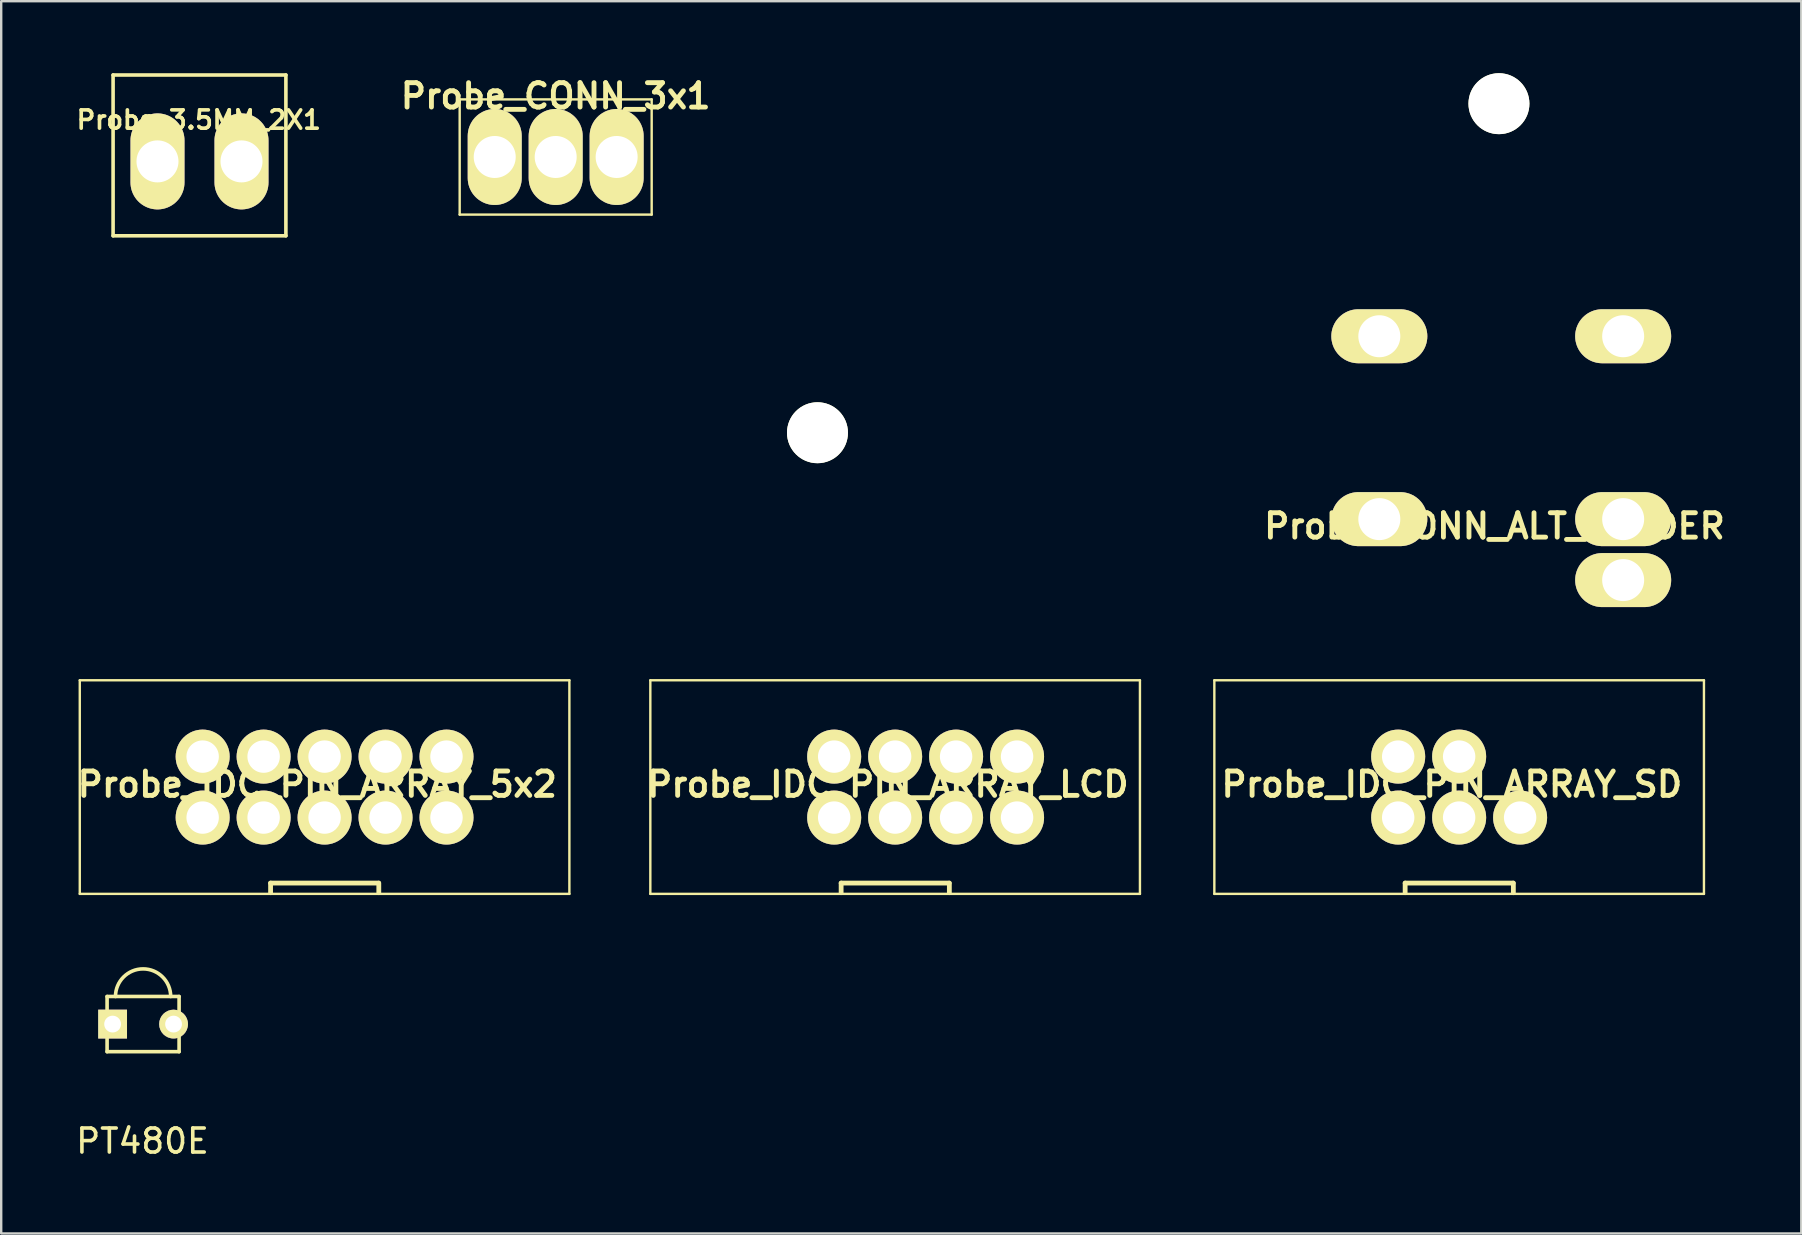
<source format=kicad_pcb>
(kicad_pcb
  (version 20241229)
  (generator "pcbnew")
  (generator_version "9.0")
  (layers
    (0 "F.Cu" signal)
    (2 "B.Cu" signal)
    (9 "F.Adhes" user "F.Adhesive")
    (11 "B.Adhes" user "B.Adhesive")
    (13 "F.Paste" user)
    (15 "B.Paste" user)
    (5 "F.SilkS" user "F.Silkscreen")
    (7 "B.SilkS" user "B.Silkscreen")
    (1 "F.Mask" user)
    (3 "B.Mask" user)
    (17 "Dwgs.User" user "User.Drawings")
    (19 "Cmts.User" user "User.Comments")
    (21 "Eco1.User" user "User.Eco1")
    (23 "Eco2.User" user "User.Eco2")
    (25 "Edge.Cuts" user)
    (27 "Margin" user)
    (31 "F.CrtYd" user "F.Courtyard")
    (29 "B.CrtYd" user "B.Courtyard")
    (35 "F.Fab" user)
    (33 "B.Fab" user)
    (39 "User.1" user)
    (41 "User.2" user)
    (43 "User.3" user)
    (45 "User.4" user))
  (footprint "Probe_CONN_3x1"
    (layer "F.Cu")
    (at 20.103 3.491)
    (property "Reference" "Probe_CONN_3x1" (at 0 -2.54 0) (layer "F.SilkS") (effects (font (size 1.016 1.016) (thickness 0.203))))
    (attr through_hole)
    (fp_line (start -4 -2.4) (end -4 2.4) (stroke (width 0.1) (type solid)) (layer "F.SilkS"))
    (fp_line (start 4 -2.4) (end -4 -2.4) (stroke (width 0.1) (type solid)) (layer "F.SilkS"))
    (fp_line (start 4 2.4) (end -4 2.4) (stroke (width 0.1) (type solid)) (layer "F.SilkS"))
    (fp_line (start 4 2.4) (end 4 -2.4) (stroke (width 0.1) (type solid)) (layer "F.SilkS"))
    (pad "1" thru_hole oval (at -2.54 0) (size 2.25 4) (drill 1.75) (layers "*.Cu" "*.Mask" "F.SilkS"))
    (pad "2" thru_hole oval (at 0 0) (size 2.25 4) (drill 1.75) (layers "*.Cu" "*.Mask" "F.SilkS"))
    (pad "3" thru_hole oval (at 2.54 0) (size 2.25 4) (drill 1.75) (layers "*.Cu" "*.Mask" "F.SilkS")))
  (footprint "Probe_IDC_PIN_ARRAY_LCD"
    (layer "F.Cu")
    (at 34.247 29.745)
    (property "Reference" "Probe_IDC_PIN_ARRAY_LCD" (at -0.305 -0.114 0) (layer "F.SilkS") (effects (font (size 1.016 1.016) (thickness 0.203))))
    (attr through_hole)
    (fp_line (start -10.2 -4.45) (end -10.2 4.45) (stroke (width 0.1) (type solid)) (layer "F.SilkS"))
    (fp_line (start -10.2 4.45) (end 10.2 4.45) (stroke (width 0.1) (type solid)) (layer "F.SilkS"))
    (fp_line (start -2.25 4) (end -2.25 4.4) (stroke (width 0.2) (type solid)) (layer "F.SilkS"))
    (fp_line (start -2.25 4) (end 2.25 4) (stroke (width 0.2) (type solid)) (layer "F.SilkS"))
    (fp_line (start 2.259 4) (end 2.259 4.4) (stroke (width 0.2) (type solid)) (layer "F.SilkS"))
    (fp_line (start 10.2 -4.45) (end -10.2 -4.45) (stroke (width 0.1) (type solid)) (layer "F.SilkS"))
    (fp_line (start 10.2 4.45) (end 10.2 -4.45) (stroke (width 0.1) (type solid)) (layer "F.SilkS"))
    (pad "3" thru_hole oval (at -2.54 1.27) (size 2.25 2.25) (drill 1.35) (layers "*.Cu" "*.Mask" "F.SilkS"))
    (pad "4" thru_hole oval (at -2.54 -1.27) (size 2.25 2.25) (drill 1.35) (layers "*.Cu" "*.Mask" "F.SilkS"))
    (pad "5" thru_hole oval (at 0 1.27) (size 2.25 2.25) (drill 1.35) (layers "*.Cu" "*.Mask" "F.SilkS"))
    (pad "6" thru_hole oval (at 0 -1.27) (size 2.25 2.25) (drill 1.35) (layers "*.Cu" "*.Mask" "F.SilkS"))
    (pad "7" thru_hole oval (at 2.54 1.27) (size 2.25 2.25) (drill 1.35) (layers "*.Cu" "*.Mask" "F.SilkS"))
    (pad "8" thru_hole oval (at 2.54 -1.27) (size 2.25 2.25) (drill 1.35) (layers "*.Cu" "*.Mask" "F.SilkS"))
    (pad "9" thru_hole oval (at 5.08 1.27) (size 2.25 2.25) (drill 1.35) (layers "*.Cu" "*.Mask" "F.SilkS"))
    (pad "10" thru_hole oval (at 5.08 -1.27) (size 2.25 2.25) (drill 1.35) (layers "*.Cu" "*.Mask" "F.SilkS")))
  (footprint "Probe_3.5MM_2X1"
    (layer "F.Cu")
    (at 5.262 3.675)
    (property "Reference" "Probe_3.5MM_2X1" (at -0.03 -1.73 0) (layer "F.SilkS") (effects (font (size 0.762 0.762) (thickness 0.152))))
    (attr through_hole)
    (fp_line (start -3.6 -3.6) (end 3.6 -3.6) (stroke (width 0.15) (type solid)) (layer "F.SilkS"))
    (fp_line (start -3.6 3.099) (end -3.6 -3.6) (stroke (width 0.15) (type solid)) (layer "F.SilkS"))
    (fp_line (start 3.6 -3.6) (end 3.6 3.099) (stroke (width 0.15) (type solid)) (layer "F.SilkS"))
    (fp_line (start 3.6 3.099) (end -3.6 3.099) (stroke (width 0.15) (type solid)) (layer "F.SilkS"))
    (pad "1" thru_hole oval (at -1.75 0) (size 2.25 4) (drill 1.75) (layers "*.Cu" "*.Mask" "F.SilkS"))
    (pad "2" thru_hole oval (at 1.75 0) (size 2.25 4) (drill 1.75) (layers "*.Cu" "*.Mask" "F.SilkS")))
  (footprint "Probe_CONN_ALT_HEADER"
    (layer "F.Cu")
    (at 64.581 21.12)
    (property "Reference" "Probe_CONN_ALT_HEADER" (at -5.36 -2.25 180) (layer "F.SilkS") (effects (font (size 1.016 1.016) (thickness 0.203))))
    (attr through_hole)
    (pad "" np_thru_hole circle (at -33.57 -6.14 90) (size 2.54 2.54) (drill 2.54) (layers "*.Cu" "*.Mask" "F.SilkS"))
    (pad "" np_thru_hole circle (at -5.176 -19.85 90) (size 2.54 2.54) (drill 2.54) (layers "*.Cu" "*.Mask" "F.SilkS"))
    (pad "1" thru_hole oval (at 0 0 90) (size 2.25 4) (drill 1.75) (layers "*.Cu" "*.Mask" "F.SilkS"))
    (pad "2" thru_hole oval (at 0 -2.54 90) (size 2.25 4) (drill 1.75) (layers "*.Cu" "*.Mask" "F.SilkS"))
    (pad "5" thru_hole oval (at 0 -10.16 90) (size 2.25 4) (drill 1.75) (layers "*.Cu" "*.Mask" "F.SilkS"))
    (pad "11" thru_hole oval (at -10.16 -10.16 90) (size 2.25 4) (drill 1.75) (layers "*.Cu" "*.Mask" "F.SilkS"))
    (pad "14" thru_hole oval (at -10.16 -2.54 90) (size 2.25 4) (drill 1.75) (layers "*.Cu" "*.Mask" "F.SilkS")))
  (footprint "Probe_IDC_PIN_ARRAY_SD"
    (layer "F.Cu")
    (at 57.747 29.745)
    (property "Reference" "Probe_IDC_PIN_ARRAY_SD" (at -0.305 -0.114 0) (layer "F.SilkS") (effects (font (size 1.016 1.016) (thickness 0.203))))
    (attr through_hole)
    (fp_line (start -10.2 -4.45) (end -10.2 4.45) (stroke (width 0.1) (type solid)) (layer "F.SilkS"))
    (fp_line (start -10.2 4.45) (end 10.2 4.45) (stroke (width 0.1) (type solid)) (layer "F.SilkS"))
    (fp_line (start -2.25 4) (end -2.25 4.4) (stroke (width 0.2) (type solid)) (layer "F.SilkS"))
    (fp_line (start -2.25 4) (end 2.25 4) (stroke (width 0.2) (type solid)) (layer "F.SilkS"))
    (fp_line (start 2.259 4) (end 2.259 4.4) (stroke (width 0.2) (type solid)) (layer "F.SilkS"))
    (fp_line (start 10.2 -4.45) (end -10.2 -4.45) (stroke (width 0.1) (type solid)) (layer "F.SilkS"))
    (fp_line (start 10.2 4.45) (end 10.2 -4.45) (stroke (width 0.1) (type solid)) (layer "F.SilkS"))
    (pad "3" thru_hole oval (at -2.54 1.27) (size 2.25 2.25) (drill 1.35) (layers "*.Cu" "*.Mask" "F.SilkS"))
    (pad "4" thru_hole oval (at -2.54 -1.27) (size 2.25 2.25) (drill 1.35) (layers "*.Cu" "*.Mask" "F.SilkS"))
    (pad "5" thru_hole oval (at 0 1.27) (size 2.25 2.25) (drill 1.35) (layers "*.Cu" "*.Mask" "F.SilkS"))
    (pad "6" thru_hole oval (at 0 -1.27) (size 2.25 2.25) (drill 1.35) (layers "*.Cu" "*.Mask" "F.SilkS"))
    (pad "7" thru_hole oval (at 2.54 1.27) (size 2.25 2.25) (drill 1.35) (layers "*.Cu" "*.Mask" "F.SilkS")))
  (footprint "Probe_IDC_PIN_ARRAY_5x2"
    (layer "F.Cu")
    (at 10.474 29.745)
    (property "Reference" "Probe_IDC_PIN_ARRAY_5x2" (at -0.305 -0.114 0) (layer "F.SilkS") (effects (font (size 1.016 1.016) (thickness 0.203))))
    (attr through_hole)
    (fp_line (start -10.2 -4.45) (end -10.2 4.45) (stroke (width 0.1) (type solid)) (layer "F.SilkS"))
    (fp_line (start -10.2 4.45) (end 10.2 4.45) (stroke (width 0.1) (type solid)) (layer "F.SilkS"))
    (fp_line (start -2.25 4) (end -2.25 4.4) (stroke (width 0.2) (type solid)) (layer "F.SilkS"))
    (fp_line (start -2.25 4) (end 2.25 4) (stroke (width 0.2) (type solid)) (layer "F.SilkS"))
    (fp_line (start 2.259 4) (end 2.259 4.4) (stroke (width 0.2) (type solid)) (layer "F.SilkS"))
    (fp_line (start 10.2 -4.45) (end -10.2 -4.45) (stroke (width 0.1) (type solid)) (layer "F.SilkS"))
    (fp_line (start 10.2 4.45) (end 10.2 -4.45) (stroke (width 0.1) (type solid)) (layer "F.SilkS"))
    (pad "1" thru_hole oval (at -5.08 1.27) (size 2.25 2.25) (drill 1.35) (layers "*.Cu" "*.Mask" "F.SilkS"))
    (pad "2" thru_hole oval (at -5.08 -1.27) (size 2.25 2.25) (drill 1.35) (layers "*.Cu" "*.Mask" "F.SilkS"))
    (pad "3" thru_hole oval (at -2.54 1.27) (size 2.25 2.25) (drill 1.35) (layers "*.Cu" "*.Mask" "F.SilkS"))
    (pad "4" thru_hole oval (at -2.54 -1.27) (size 2.25 2.25) (drill 1.35) (layers "*.Cu" "*.Mask" "F.SilkS"))
    (pad "5" thru_hole oval (at 0 1.27) (size 2.25 2.25) (drill 1.35) (layers "*.Cu" "*.Mask" "F.SilkS"))
    (pad "6" thru_hole oval (at 0 -1.27) (size 2.25 2.25) (drill 1.35) (layers "*.Cu" "*.Mask" "F.SilkS"))
    (pad "7" thru_hole oval (at 2.54 1.27) (size 2.25 2.25) (drill 1.35) (layers "*.Cu" "*.Mask" "F.SilkS"))
    (pad "8" thru_hole oval (at 2.54 -1.27) (size 2.25 2.25) (drill 1.35) (layers "*.Cu" "*.Mask" "F.SilkS"))
    (pad "9" thru_hole oval (at 5.08 1.27) (size 2.25 2.25) (drill 1.35) (layers "*.Cu" "*.Mask" "F.SilkS"))
    (pad "10" thru_hole oval (at 5.08 -1.27) (size 2.25 2.25) (drill 1.35) (layers "*.Cu" "*.Mask" "F.SilkS")))
  (footprint "PT480E"
    (layer "F.Cu")
    (at 2.912 39.62)
    (property "Reference" "PT480E" (at -0.025 4.875 0) (layer "F.SilkS") (effects (font (size 1 1) (thickness 0.15))))
    (attr through_hole)
    (fp_line (start -1.5 -1.15) (end -1.5 1.15) (stroke (width 0.15) (type solid)) (layer "F.SilkS"))
    (fp_line (start -1.5 1.15) (end 1.5 1.15) (stroke (width 0.15) (type solid)) (layer "F.SilkS"))
    (fp_line (start 1.5 -1.15) (end -1.5 -1.15) (stroke (width 0.15) (type solid)) (layer "F.SilkS"))
    (fp_line (start 1.5 1.15) (end 1.5 -1.15) (stroke (width 0.15) (type solid)) (layer "F.SilkS"))
    (fp_arc (start -1.15 -1.15) (mid 0 -2.3) (end 1.15 -1.15) (stroke (width 0.15) (type solid)) (layer "F.SilkS"))
    (pad "1" thru_hole rect (at -1.27 0) (size 1.2 1.2) (drill 0.7) (layers "*.Cu" "*.Mask" "F.SilkS"))
    (pad "2" thru_hole circle (at 1.27 0) (size 1.2 1.2) (drill 0.7) (layers "*.Cu" "*.Mask" "F.SilkS")))
  (gr_rect
    (start -3 -3)
    (end 72.003 48.343)
    (stroke (width 0.1) (type default))
    (fill no)
    (layer "Edge.Cuts")))
</source>
